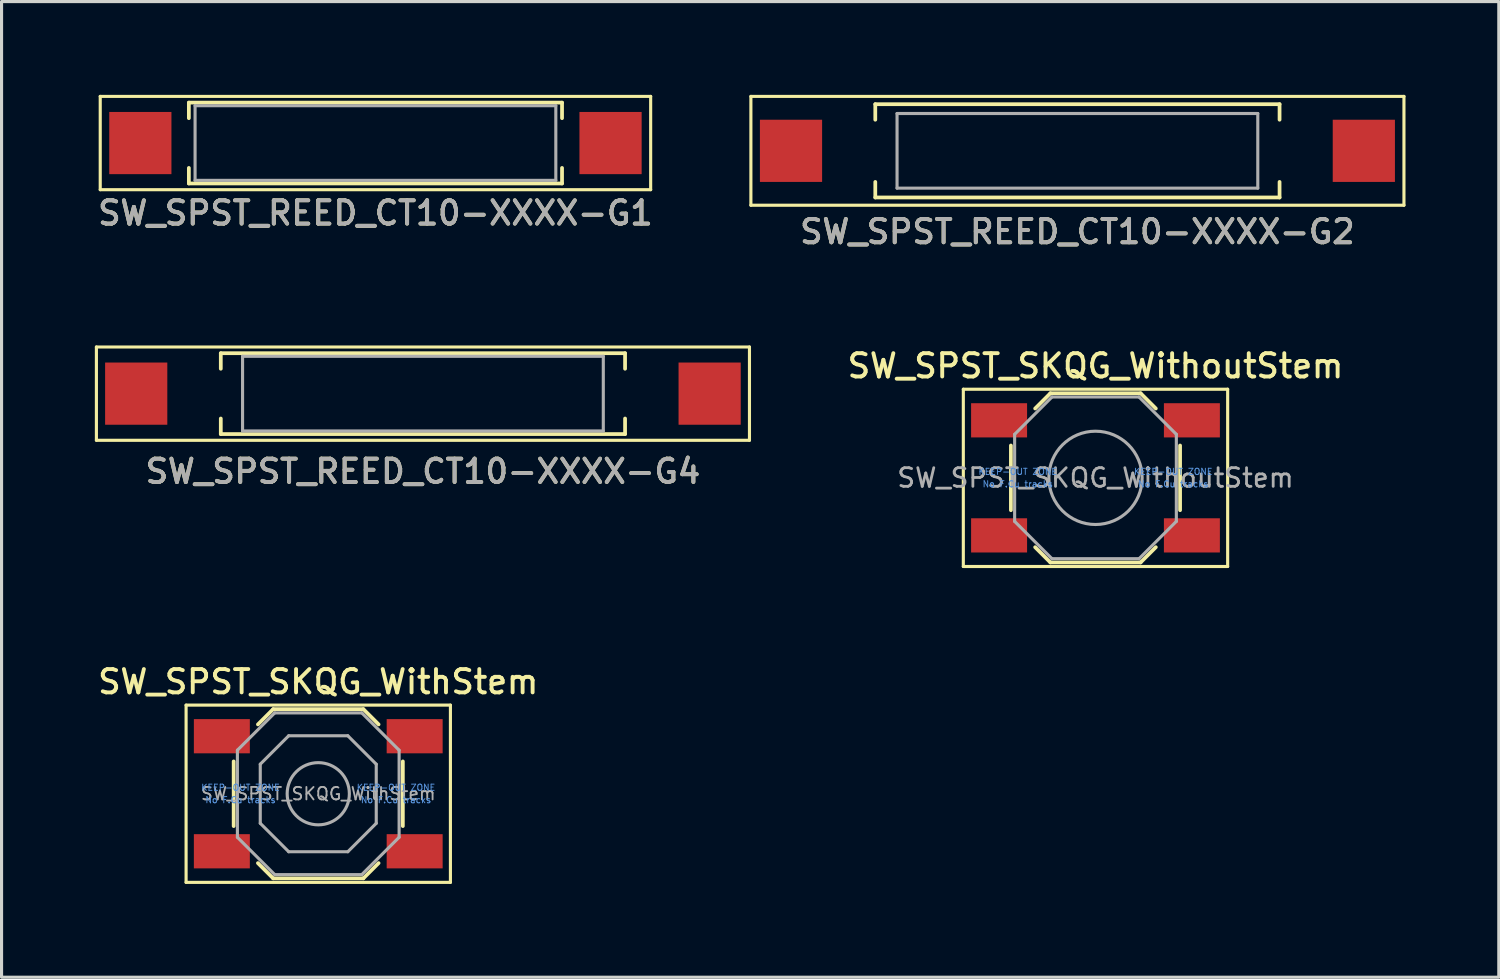
<source format=kicad_pcb>
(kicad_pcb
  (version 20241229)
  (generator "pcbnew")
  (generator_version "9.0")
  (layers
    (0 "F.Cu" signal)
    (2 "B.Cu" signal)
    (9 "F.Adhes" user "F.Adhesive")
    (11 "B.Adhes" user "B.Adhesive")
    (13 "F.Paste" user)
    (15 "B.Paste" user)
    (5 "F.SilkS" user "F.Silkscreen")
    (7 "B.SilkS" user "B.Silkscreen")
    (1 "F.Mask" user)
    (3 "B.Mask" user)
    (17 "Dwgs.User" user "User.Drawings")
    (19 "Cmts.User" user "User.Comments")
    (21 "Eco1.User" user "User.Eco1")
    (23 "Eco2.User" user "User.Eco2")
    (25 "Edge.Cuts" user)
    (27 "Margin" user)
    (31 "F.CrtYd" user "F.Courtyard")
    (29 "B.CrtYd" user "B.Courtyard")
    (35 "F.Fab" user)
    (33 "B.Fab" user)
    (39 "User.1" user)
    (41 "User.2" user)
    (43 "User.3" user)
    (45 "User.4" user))
  (footprint "SW_SPST_REED_CT10-XXXX-G4"
    (layer "F.Cu")
    (at 10.55 9.608)
    (property "Reference" "SW_SPST_REED_CT10-XXXX-G4" (at 0 2.5 0) (layer "F.SilkS") (effects (font (size 0.75 0.75) (thickness 0.125))))
    (attr smd)
    (fp_line (start -10.5 1.5) (end -10.5 -1.5) (stroke (width 0.1) (type solid)) (layer "F.SilkS"))
    (fp_line (start -10.5 1.5) (end 10.5 1.5) (stroke (width 0.1) (type solid)) (layer "F.SilkS"))
    (fp_line (start -6.5 -1.3) (end -6.5 -0.8) (stroke (width 0.12) (type solid)) (layer "F.SilkS"))
    (fp_line (start -6.5 0.8) (end -6.5 1.3) (stroke (width 0.12) (type solid)) (layer "F.SilkS"))
    (fp_line (start -6.5 1.3) (end 6.5 1.3) (stroke (width 0.12) (type solid)) (layer "F.SilkS"))
    (fp_line (start 6.5 -1.3) (end -6.5 -1.3) (stroke (width 0.12) (type solid)) (layer "F.SilkS"))
    (fp_line (start 6.5 -0.8) (end 6.5 -1.3) (stroke (width 0.12) (type solid)) (layer "F.SilkS"))
    (fp_line (start 6.5 1.3) (end 6.5 0.8) (stroke (width 0.12) (type solid)) (layer "F.SilkS"))
    (fp_line (start 10.5 -1.5) (end -10.5 -1.5) (stroke (width 0.1) (type solid)) (layer "F.SilkS"))
    (fp_line (start 10.5 -1.5) (end 10.5 1.5) (stroke (width 0.1) (type solid)) (layer "F.SilkS"))
    (fp_line (start -5.8 -1.2) (end 5.8 -1.2) (stroke (width 0.1) (type solid)) (layer "F.Fab"))
    (fp_line (start -5.8 1.2) (end -5.8 -1.2) (stroke (width 0.1) (type solid)) (layer "F.Fab"))
    (fp_line (start 5.8 -1.2) (end 5.8 1.2) (stroke (width 0.1) (type solid)) (layer "F.Fab"))
    (fp_line (start 5.8 1.2) (end -5.8 1.2) (stroke (width 0.1) (type solid)) (layer "F.Fab"))
    (fp_text user "${REFERENCE}" (at 0 2.5 0) (layer "F.Fab") (effects (font (size 0.75 0.75) (thickness 0.125))))
    (pad "1" smd rect (at -9.22 0) (size 2 2) (layers "F.Cu" "F.Mask" "F.Paste"))
    (pad "2" smd rect (at 9.22 0) (size 2 2) (layers "F.Cu" "F.Mask" "F.Paste")))
  (footprint "SW_SPST_SKQG_WithStem"
    (layer "F.Cu")
    (at 7.184 22.474)
    (property "Reference" "SW_SPST_SKQG_WithStem" (at 0 -3.6 0) (layer "F.SilkS") (effects (font (size 0.75 0.75) (thickness 0.125))))
    (attr smd)
    (fp_line (start -4.25 -2.85) (end -4.25 2.85) (stroke (width 0.1) (type solid)) (layer "F.SilkS"))
    (fp_line (start -4.25 2.85) (end 4.25 2.85) (stroke (width 0.1) (type solid)) (layer "F.SilkS"))
    (fp_line (start -2.72 1.04) (end -2.72 -1.04) (stroke (width 0.12) (type solid)) (layer "F.SilkS"))
    (fp_line (start -1.45 -2.72) (end -1.94 -2.23) (stroke (width 0.12) (type solid)) (layer "F.SilkS"))
    (fp_line (start -1.45 -2.72) (end 1.45 -2.72) (stroke (width 0.12) (type solid)) (layer "F.SilkS"))
    (fp_line (start -1.45 2.72) (end -1.94 2.23) (stroke (width 0.12) (type solid)) (layer "F.SilkS"))
    (fp_line (start -1.45 2.72) (end 1.45 2.72) (stroke (width 0.12) (type solid)) (layer "F.SilkS"))
    (fp_line (start 1.45 -2.72) (end 1.94 -2.23) (stroke (width 0.12) (type solid)) (layer "F.SilkS"))
    (fp_line (start 1.45 2.72) (end 1.94 2.23) (stroke (width 0.12) (type solid)) (layer "F.SilkS"))
    (fp_line (start 2.72 1.04) (end 2.72 -1.04) (stroke (width 0.12) (type solid)) (layer "F.SilkS"))
    (fp_line (start 4.25 -2.85) (end -4.25 -2.85) (stroke (width 0.1) (type solid)) (layer "F.SilkS"))
    (fp_line (start 4.25 2.85) (end 4.25 -2.85) (stroke (width 0.1) (type solid)) (layer "F.SilkS"))
    (fp_line (start -2.6 -1.4) (end -1.4 -2.6) (stroke (width 0.1) (type solid)) (layer "F.Fab"))
    (fp_line (start -2.6 1.4) (end -2.6 -1.4) (stroke (width 0.1) (type solid)) (layer "F.Fab"))
    (fp_line (start -1.865 0.95) (end -1.865 -0.95) (stroke (width 0.1) (type solid)) (layer "F.Fab"))
    (fp_line (start -1.4 -2.6) (end 1.4 -2.6) (stroke (width 0.1) (type solid)) (layer "F.Fab"))
    (fp_line (start -1.4 2.6) (end -2.6 1.4) (stroke (width 0.1) (type solid)) (layer "F.Fab"))
    (fp_line (start -0.95 -1.865) (end -1.865 -0.95) (stroke (width 0.1) (type solid)) (layer "F.Fab"))
    (fp_line (start -0.95 -1.865) (end 0.95 -1.865) (stroke (width 0.1) (type solid)) (layer "F.Fab"))
    (fp_line (start -0.95 1.865) (end -1.865 0.95) (stroke (width 0.1) (type solid)) (layer "F.Fab"))
    (fp_line (start 0.95 -1.865) (end 1.865 -0.95) (stroke (width 0.1) (type solid)) (layer "F.Fab"))
    (fp_line (start 0.95 1.865) (end -0.95 1.865) (stroke (width 0.1) (type solid)) (layer "F.Fab"))
    (fp_line (start 0.95 1.865) (end 1.865 0.95) (stroke (width 0.1) (type solid)) (layer "F.Fab"))
    (fp_line (start 1.4 -2.6) (end 2.6 -1.4) (stroke (width 0.1) (type solid)) (layer "F.Fab"))
    (fp_line (start 1.4 2.6) (end -1.4 2.6) (stroke (width 0.1) (type solid)) (layer "F.Fab"))
    (fp_line (start 1.865 -0.95) (end 1.865 0.95) (stroke (width 0.1) (type solid)) (layer "F.Fab"))
    (fp_line (start 2.6 -1.4) (end 2.6 1.4) (stroke (width 0.1) (type solid)) (layer "F.Fab"))
    (fp_line (start 2.6 1.4) (end 1.4 2.6) (stroke (width 0.1) (type solid)) (layer "F.Fab"))
    (fp_circle (center 0 0) (end 1 0) (stroke (width 0.1) (type solid)) (fill no) (layer "F.Fab"))
    (fp_text user "KEEP-OUT ZONE" (at 2.5 -0.2 0) (layer "Cmts.User") (effects (font (size 0.2 0.2) (thickness 0.03))))
    (fp_text user "No F.Cu tracks" (at -2.5 0.2 0) (layer "Cmts.User") (effects (font (size 0.2 0.2) (thickness 0.03))))
    (fp_text user "No F.Cu tracks" (at 2.5 0.2 0) (layer "Cmts.User") (effects (font (size 0.2 0.2) (thickness 0.03))))
    (fp_text user "KEEP-OUT ZONE" (at -2.5 -0.2 0) (layer "Cmts.User") (effects (font (size 0.2 0.2) (thickness 0.03))))
    (fp_text user "${REFERENCE}" (at 0 0 0) (layer "F.Fab") (effects (font (size 0.4 0.4) (thickness 0.06))))
    (pad "1" smd rect (at -3.1 -1.85) (size 1.8 1.1) (layers "F.Cu" "F.Mask" "F.Paste"))
    (pad "1" smd rect (at 3.1 -1.85) (size 1.8 1.1) (layers "F.Cu" "F.Mask" "F.Paste"))
    (pad "2" smd rect (at -3.1 1.85) (size 1.8 1.1) (layers "F.Cu" "F.Mask" "F.Paste"))
    (pad "2" smd rect (at 3.1 1.85) (size 1.8 1.1) (layers "F.Cu" "F.Mask" "F.Paste"))
    (zone (net_name "") (layer "F.Cu") (hatch full 0.508) (connect_pads) (min_thickness 0.254) (filled_areas_thickness no) (keepout (tracks not_allowed) (vias not_allowed) (pads not_allowed) (copperpour not_allowed) (footprints not_allowed)) (placement (enabled no)) (fill) (polygon (pts (xy 3.184 21.174) (xy 6.184 21.174) (xy 6.184 23.774) (xy 3.184 23.774))))
    (zone (net_name "") (layer "F.Cu") (hatch full 0.508) (connect_pads) (min_thickness 0.254) (filled_areas_thickness no) (keepout (tracks not_allowed) (vias not_allowed) (pads not_allowed) (copperpour not_allowed) (footprints not_allowed)) (placement (enabled no)) (fill) (polygon (pts (xy 8.184 21.174) (xy 11.184 21.174) (xy 11.184 23.774) (xy 8.184 23.774)))))
  (footprint "SW_SPST_SKQG_WithoutStem"
    (layer "F.Cu")
    (at 32.177 12.316)
    (property "Reference" "SW_SPST_SKQG_WithoutStem" (at 0 -3.6 0) (layer "F.SilkS") (effects (font (size 0.75 0.75) (thickness 0.125))))
    (attr smd)
    (fp_line (start -4.25 -2.85) (end -4.25 2.85) (stroke (width 0.1) (type solid)) (layer "F.SilkS"))
    (fp_line (start -4.25 2.85) (end 4.25 2.85) (stroke (width 0.1) (type solid)) (layer "F.SilkS"))
    (fp_line (start -2.72 1.04) (end -2.72 -1.04) (stroke (width 0.12) (type solid)) (layer "F.SilkS"))
    (fp_line (start -1.45 -2.72) (end -1.94 -2.23) (stroke (width 0.12) (type solid)) (layer "F.SilkS"))
    (fp_line (start -1.45 -2.72) (end 1.45 -2.72) (stroke (width 0.12) (type solid)) (layer "F.SilkS"))
    (fp_line (start -1.45 2.72) (end -1.94 2.23) (stroke (width 0.12) (type solid)) (layer "F.SilkS"))
    (fp_line (start -1.45 2.72) (end 1.45 2.72) (stroke (width 0.12) (type solid)) (layer "F.SilkS"))
    (fp_line (start 1.45 -2.72) (end 1.94 -2.23) (stroke (width 0.12) (type solid)) (layer "F.SilkS"))
    (fp_line (start 1.45 2.72) (end 1.94 2.23) (stroke (width 0.12) (type solid)) (layer "F.SilkS"))
    (fp_line (start 2.72 1.04) (end 2.72 -1.04) (stroke (width 0.12) (type solid)) (layer "F.SilkS"))
    (fp_line (start 4.25 -2.85) (end -4.25 -2.85) (stroke (width 0.1) (type solid)) (layer "F.SilkS"))
    (fp_line (start 4.25 2.85) (end 4.25 -2.85) (stroke (width 0.1) (type solid)) (layer "F.SilkS"))
    (fp_line (start -2.6 -1.4) (end -1.4 -2.6) (stroke (width 0.1) (type solid)) (layer "F.Fab"))
    (fp_line (start -2.6 1.4) (end -2.6 -1.4) (stroke (width 0.1) (type solid)) (layer "F.Fab"))
    (fp_line (start -1.4 -2.6) (end 1.4 -2.6) (stroke (width 0.1) (type solid)) (layer "F.Fab"))
    (fp_line (start -1.4 2.6) (end -2.6 1.4) (stroke (width 0.1) (type solid)) (layer "F.Fab"))
    (fp_line (start 1.4 -2.6) (end 2.6 -1.4) (stroke (width 0.1) (type solid)) (layer "F.Fab"))
    (fp_line (start 1.4 2.6) (end -1.4 2.6) (stroke (width 0.1) (type solid)) (layer "F.Fab"))
    (fp_line (start 2.6 -1.4) (end 2.6 1.4) (stroke (width 0.1) (type solid)) (layer "F.Fab"))
    (fp_line (start 2.6 1.4) (end 1.4 2.6) (stroke (width 0.1) (type solid)) (layer "F.Fab"))
    (fp_circle (center 0 0) (end 1.5 0) (stroke (width 0.1) (type solid)) (fill no) (layer "F.Fab"))
    (fp_text user "No F.Cu tracks" (at -2.5 0.2 0) (layer "Cmts.User") (effects (font (size 0.2 0.2) (thickness 0.03))))
    (fp_text user "No F.Cu tracks" (at 2.5 0.2 0) (layer "Cmts.User") (effects (font (size 0.2 0.2) (thickness 0.03))))
    (fp_text user "KEEP-OUT ZONE" (at -2.5 -0.2 0) (layer "Cmts.User") (effects (font (size 0.2 0.2) (thickness 0.03))))
    (fp_text user "KEEP-OUT ZONE" (at 2.5 -0.2 0) (layer "Cmts.User") (effects (font (size 0.2 0.2) (thickness 0.03))))
    (fp_text user "${REFERENCE}" (at 0 0 0) (layer "F.Fab") (effects (font (size 0.6 0.6) (thickness 0.09))))
    (pad "1" smd rect (at -3.1 -1.85) (size 1.8 1.1) (layers "F.Cu" "F.Mask" "F.Paste"))
    (pad "1" smd rect (at 3.1 -1.85) (size 1.8 1.1) (layers "F.Cu" "F.Mask" "F.Paste"))
    (pad "2" smd rect (at -3.1 1.85) (size 1.8 1.1) (layers "F.Cu" "F.Mask" "F.Paste"))
    (pad "2" smd rect (at 3.1 1.85) (size 1.8 1.1) (layers "F.Cu" "F.Mask" "F.Paste"))
    (zone (net_name "") (layer "F.Cu") (hatch full 0.508) (connect_pads) (min_thickness 0.254) (filled_areas_thickness no) (keepout (tracks not_allowed) (vias not_allowed) (pads not_allowed) (copperpour not_allowed) (footprints not_allowed)) (placement (enabled no)) (fill) (polygon (pts (xy 28.177 11.016) (xy 31.177 11.016) (xy 31.177 13.616) (xy 28.177 13.616))))
    (zone (net_name "") (layer "F.Cu") (hatch full 0.508) (connect_pads) (min_thickness 0.254) (filled_areas_thickness no) (keepout (tracks not_allowed) (vias not_allowed) (pads not_allowed) (copperpour not_allowed) (footprints not_allowed)) (placement (enabled no)) (fill) (polygon (pts (xy 33.177 11.016) (xy 36.177 11.016) (xy 36.177 13.616) (xy 33.177 13.616)))))
  (footprint "SW_SPST_REED_CT10-XXXX-G2"
    (layer "F.Cu")
    (at 31.596 1.8)
    (property "Reference" "SW_SPST_REED_CT10-XXXX-G2" (at 0 2.6 0) (layer "F.SilkS") (effects (font (size 0.75 0.75) (thickness 0.125))))
    (attr smd)
    (fp_line (start -10.5 -1.75) (end -10.5 1.75) (stroke (width 0.1) (type solid)) (layer "F.SilkS"))
    (fp_line (start -10.5 1.75) (end 10.5 1.75) (stroke (width 0.1) (type solid)) (layer "F.SilkS"))
    (fp_line (start -6.5 -1.5) (end -6.5 -1) (stroke (width 0.12) (type solid)) (layer "F.SilkS"))
    (fp_line (start -6.5 1) (end -6.5 1.5) (stroke (width 0.12) (type solid)) (layer "F.SilkS"))
    (fp_line (start -6.5 1.5) (end 6.5 1.5) (stroke (width 0.12) (type solid)) (layer "F.SilkS"))
    (fp_line (start 6.5 -1.5) (end -6.5 -1.5) (stroke (width 0.12) (type solid)) (layer "F.SilkS"))
    (fp_line (start 6.5 -1) (end 6.5 -1.5) (stroke (width 0.12) (type solid)) (layer "F.SilkS"))
    (fp_line (start 6.5 1.5) (end 6.5 1) (stroke (width 0.12) (type solid)) (layer "F.SilkS"))
    (fp_line (start 10.5 -1.75) (end -10.5 -1.75) (stroke (width 0.1) (type solid)) (layer "F.SilkS"))
    (fp_line (start 10.5 1.75) (end 10.5 -1.75) (stroke (width 0.1) (type solid)) (layer "F.SilkS"))
    (fp_line (start -5.8 -1.2) (end -5.8 1.2) (stroke (width 0.1) (type solid)) (layer "F.Fab"))
    (fp_line (start -5.8 1.2) (end 5.8 1.2) (stroke (width 0.1) (type solid)) (layer "F.Fab"))
    (fp_line (start 5.8 -1.2) (end -5.8 -1.2) (stroke (width 0.1) (type solid)) (layer "F.Fab"))
    (fp_line (start 5.8 1.2) (end 5.8 -1.2) (stroke (width 0.1) (type solid)) (layer "F.Fab"))
    (fp_text user "${REFERENCE}" (at 0 2.6 0) (layer "F.Fab") (effects (font (size 0.75 0.75) (thickness 0.125))))
    (pad "1" smd rect (at -9.21 0) (size 2 2) (layers "F.Cu" "F.Mask" "F.Paste"))
    (pad "2" smd rect (at 9.21 0) (size 2 2) (layers "F.Cu" "F.Mask" "F.Paste")))
  (footprint "SW_SPST_REED_CT10-XXXX-G1"
    (layer "F.Cu")
    (at 9.023 1.55)
    (property "Reference" "SW_SPST_REED_CT10-XXXX-G1" (at 0 2.25 0) (layer "F.SilkS") (effects (font (size 0.75 0.75) (thickness 0.125))))
    (attr smd)
    (fp_line (start -8.85 -1.5) (end 8.85 -1.5) (stroke (width 0.1) (type solid)) (layer "F.SilkS"))
    (fp_line (start -8.85 1.5) (end -8.85 -1.5) (stroke (width 0.1) (type solid)) (layer "F.SilkS"))
    (fp_line (start -6 -1.3) (end -6 -0.8) (stroke (width 0.12) (type solid)) (layer "F.SilkS"))
    (fp_line (start -6 0.8) (end -6 1.3) (stroke (width 0.12) (type solid)) (layer "F.SilkS"))
    (fp_line (start -6 1.3) (end 6 1.3) (stroke (width 0.12) (type solid)) (layer "F.SilkS"))
    (fp_line (start 6 -1.3) (end -6 -1.3) (stroke (width 0.12) (type solid)) (layer "F.SilkS"))
    (fp_line (start 6 -0.8) (end 6 -1.3) (stroke (width 0.12) (type solid)) (layer "F.SilkS"))
    (fp_line (start 6 1.3) (end 6 0.8) (stroke (width 0.12) (type solid)) (layer "F.SilkS"))
    (fp_line (start 8.85 -1.5) (end 8.85 1.5) (stroke (width 0.1) (type solid)) (layer "F.SilkS"))
    (fp_line (start 8.85 1.5) (end -8.85 1.5) (stroke (width 0.1) (type solid)) (layer "F.SilkS"))
    (fp_line (start -5.8 -1.2) (end 5.8 -1.2) (stroke (width 0.1) (type solid)) (layer "F.Fab"))
    (fp_line (start -5.8 1.2) (end -5.8 -1.2) (stroke (width 0.1) (type solid)) (layer "F.Fab"))
    (fp_line (start 5.8 -1.2) (end 5.8 1.2) (stroke (width 0.1) (type solid)) (layer "F.Fab"))
    (fp_line (start 5.8 1.2) (end -5.8 1.2) (stroke (width 0.1) (type solid)) (layer "F.Fab"))
    (fp_text user "${REFERENCE}" (at 0 2.25 0) (layer "F.Fab") (effects (font (size 0.75 0.75) (thickness 0.125))))
    (pad "1" smd rect (at -7.56 0) (size 2 2) (layers "F.Cu" "F.Mask" "F.Paste"))
    (pad "2" smd rect (at 7.56 0) (size 2 2) (layers "F.Cu" "F.Mask" "F.Paste")))
  (gr_rect
    (start -3 -3)
    (end 45.146 28.374)
    (stroke (width 0.1) (type default))
    (fill no)
    (layer "Edge.Cuts")))
</source>
